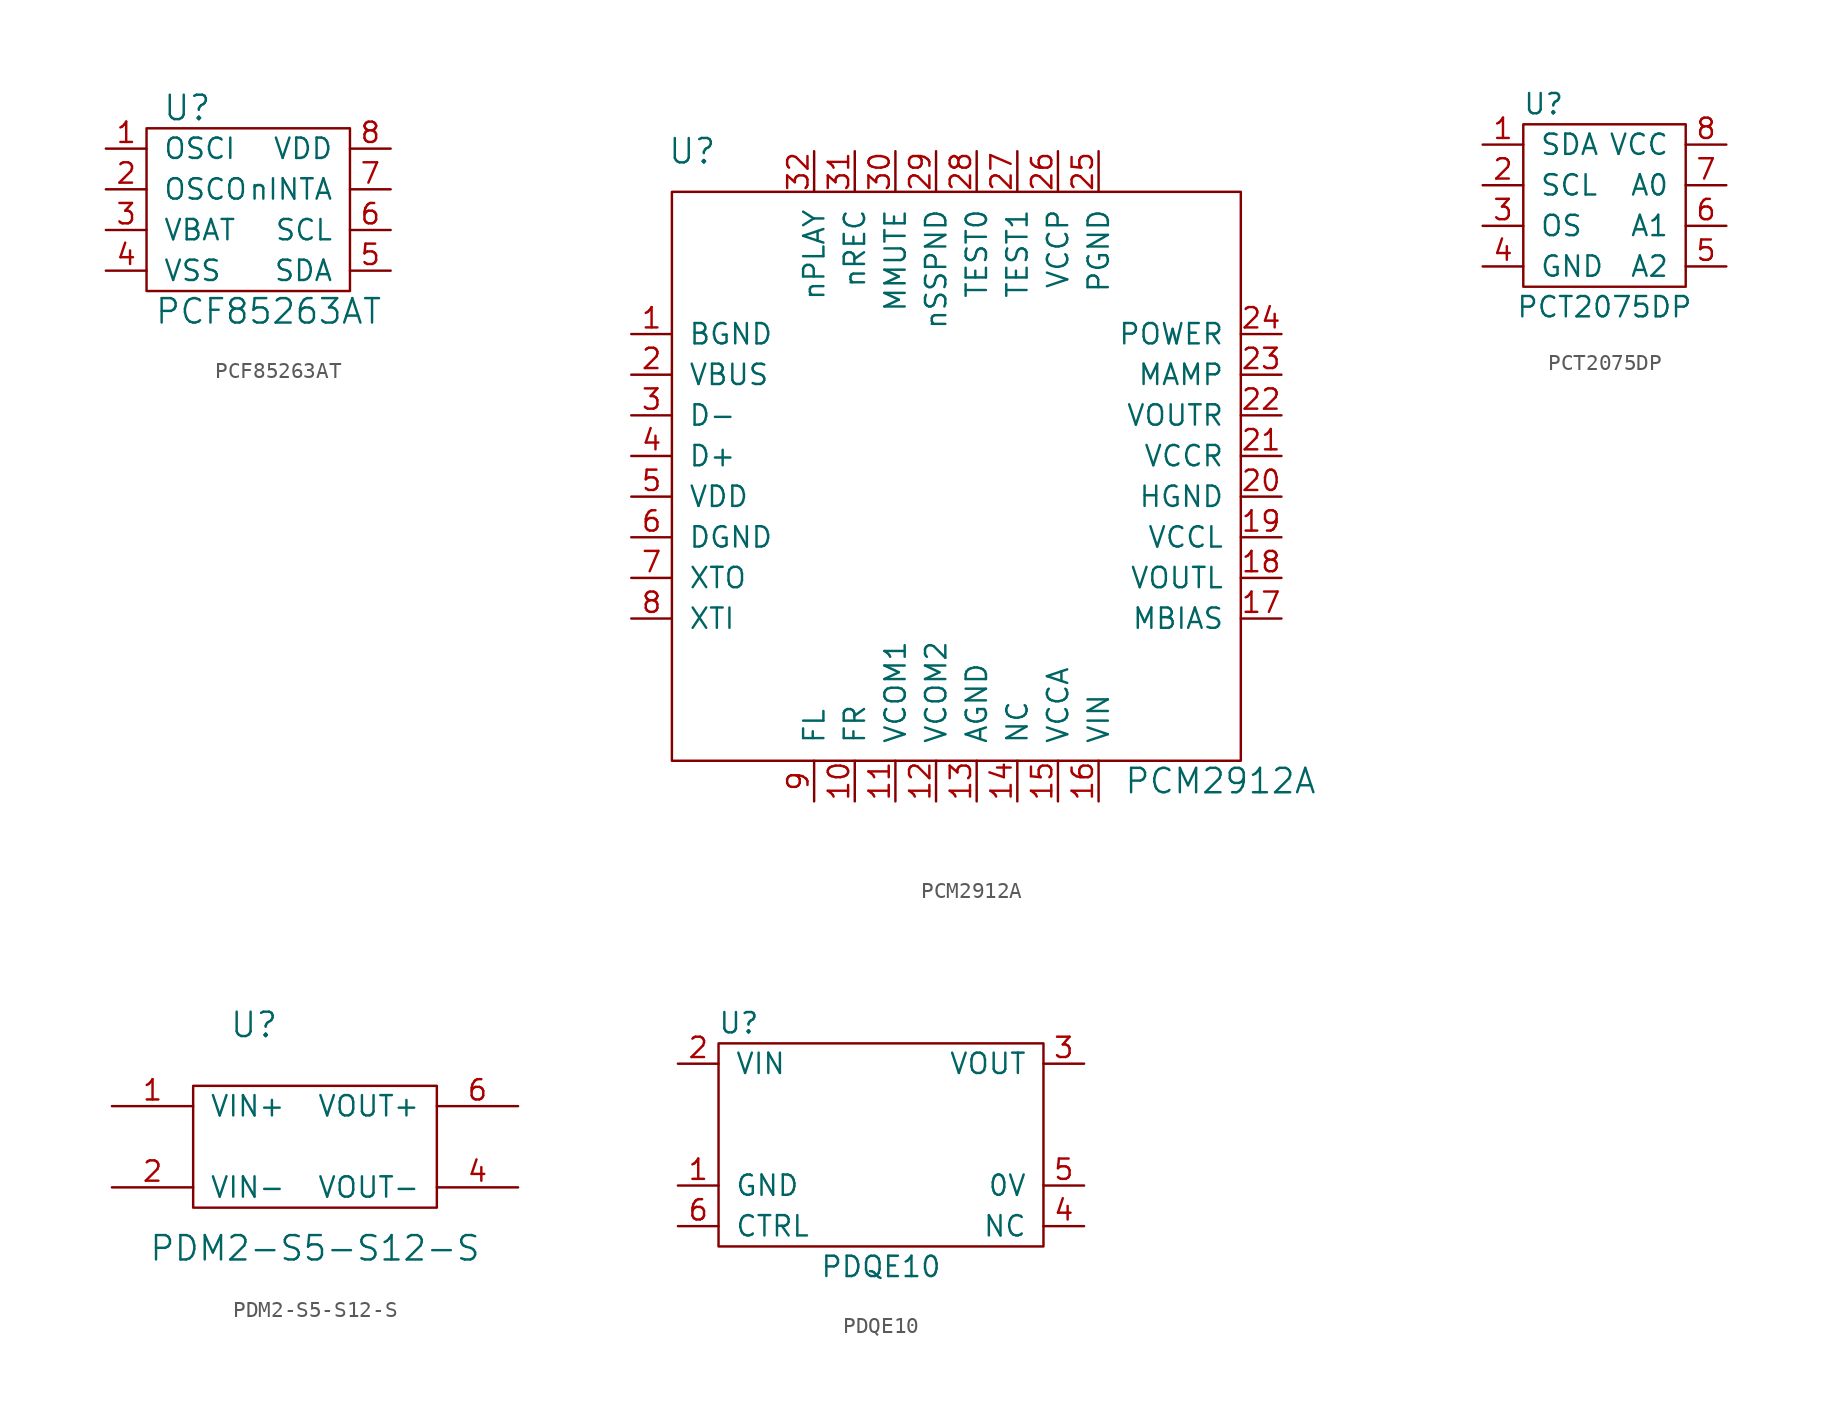
<source format=kicad_sym>
(kicad_symbol_lib
  (version 20211014)
  (generator kicad_symbol_editor)
  (symbol "PCF85263AT"
    (pin_names
      (offset 1.016))
    (property "Reference" "U"
      (at -3.81 6.35 0)
      (effects (font (size 1.524 1.524))))
    (property "Value" "PCF85263AT"
      (at 1.27 -6.35 0)
      (effects (font (size 1.524 1.524))))
    (property "Footprint" ""
      (at 12.7 -5.08 0)
      (effects (font (size 1.524 1.524))))
    (property "Datasheet" ""
      (at 12.7 -5.08 0)
      (effects (font (size 1.524 1.524))))
    (symbol "PCF85263AT_0_1"
      (rectangle (start -6.35 5.08) (end 6.35 -5.08) (stroke (width 0) (type default) (color 0 0 0 0)) (fill (type none))))
    (symbol "PCF85263AT_1_1"
      (pin passive line (at -8.89 3.81 0) (length 2.54) (name "OSCI" (effects (font (size 1.27 1.27)))) (number "1" (effects (font (size 1.27 1.27)))))
      (pin passive line (at -8.89 1.27 0) (length 2.54) (name "OSCO" (effects (font (size 1.27 1.27)))) (number "2" (effects (font (size 1.27 1.27)))))
      (pin passive line (at -8.89 -1.27 0) (length 2.54) (name "VBAT" (effects (font (size 1.27 1.27)))) (number "3" (effects (font (size 1.27 1.27)))))
      (pin passive line (at -8.89 -3.81 0) (length 2.54) (name "VSS" (effects (font (size 1.27 1.27)))) (number "4" (effects (font (size 1.27 1.27)))))
      (pin passive line (at 8.89 -3.81 180) (length 2.54) (name "SDA" (effects (font (size 1.27 1.27)))) (number "5" (effects (font (size 1.27 1.27)))))
      (pin passive line (at 8.89 -1.27 180) (length 2.54) (name "SCL" (effects (font (size 1.27 1.27)))) (number "6" (effects (font (size 1.27 1.27)))))
      (pin passive line (at 8.89 1.27 180) (length 2.54) (name "nINTA" (effects (font (size 1.27 1.27)))) (number "7" (effects (font (size 1.27 1.27)))))
      (pin passive line (at 8.89 3.81 180) (length 2.54) (name "VDD" (effects (font (size 1.27 1.27)))) (number "8" (effects (font (size 1.27 1.27)))))))
  (symbol "PCM2912A"
    (pin_names
      (offset 1.016))
    (property "Reference" "U"
      (at -16.51 20.32 0)
      (effects (font (size 1.524 1.524))))
    (property "Value" "PCM2912A"
      (at 16.51 -19.05 0)
      (effects (font (size 1.524 1.524))))
    (property "Footprint" ""
      (at 0 0 0)
      (effects (font (size 1.524 1.524))))
    (property "Datasheet" ""
      (at 0 0 0)
      (effects (font (size 1.524 1.524))))
    (symbol "PCM2912A_0_1"
      (rectangle (start 17.78 17.78) (end -17.78 -17.78) (stroke (width 0) (type default) (color 0 0 0 0)) (fill (type none))))
    (symbol "PCM2912A_1_1"
      (pin passive line (at -20.32 8.89 0) (length 2.54) (name "BGND" (effects (font (size 1.27 1.27)))) (number "1" (effects (font (size 1.27 1.27)))))
      (pin passive line (at -6.35 -20.32 90) (length 2.54) (name "FR" (effects (font (size 1.27 1.27)))) (number "10" (effects (font (size 1.27 1.27)))))
      (pin passive line (at -3.81 -20.32 90) (length 2.54) (name "VCOM1" (effects (font (size 1.27 1.27)))) (number "11" (effects (font (size 1.27 1.27)))))
      (pin passive line (at -1.27 -20.32 90) (length 2.54) (name "VCOM2" (effects (font (size 1.27 1.27)))) (number "12" (effects (font (size 1.27 1.27)))))
      (pin passive line (at 1.27 -20.32 90) (length 2.54) (name "AGND" (effects (font (size 1.27 1.27)))) (number "13" (effects (font (size 1.27 1.27)))))
      (pin passive line (at 3.81 -20.32 90) (length 2.54) (name "NC" (effects (font (size 1.27 1.27)))) (number "14" (effects (font (size 1.27 1.27)))))
      (pin passive line (at 6.35 -20.32 90) (length 2.54) (name "VCCA" (effects (font (size 1.27 1.27)))) (number "15" (effects (font (size 1.27 1.27)))))
      (pin passive line (at 8.89 -20.32 90) (length 2.54) (name "VIN" (effects (font (size 1.27 1.27)))) (number "16" (effects (font (size 1.27 1.27)))))
      (pin passive line (at 20.32 -8.89 180) (length 2.54) (name "MBIAS" (effects (font (size 1.27 1.27)))) (number "17" (effects (font (size 1.27 1.27)))))
      (pin passive line (at 20.32 -6.35 180) (length 2.54) (name "VOUTL" (effects (font (size 1.27 1.27)))) (number "18" (effects (font (size 1.27 1.27)))))
      (pin passive line (at 20.32 -3.81 180) (length 2.54) (name "VCCL" (effects (font (size 1.27 1.27)))) (number "19" (effects (font (size 1.27 1.27)))))
      (pin passive line (at -20.32 6.35 0) (length 2.54) (name "VBUS" (effects (font (size 1.27 1.27)))) (number "2" (effects (font (size 1.27 1.27)))))
      (pin passive line (at 20.32 -1.27 180) (length 2.54) (name "HGND" (effects (font (size 1.27 1.27)))) (number "20" (effects (font (size 1.27 1.27)))))
      (pin passive line (at 20.32 1.27 180) (length 2.54) (name "VCCR" (effects (font (size 1.27 1.27)))) (number "21" (effects (font (size 1.27 1.27)))))
      (pin passive line (at 20.32 3.81 180) (length 2.54) (name "VOUTR" (effects (font (size 1.27 1.27)))) (number "22" (effects (font (size 1.27 1.27)))))
      (pin passive line (at 20.32 6.35 180) (length 2.54) (name "MAMP" (effects (font (size 1.27 1.27)))) (number "23" (effects (font (size 1.27 1.27)))))
      (pin passive line (at 20.32 8.89 180) (length 2.54) (name "POWER" (effects (font (size 1.27 1.27)))) (number "24" (effects (font (size 1.27 1.27)))))
      (pin passive line (at 8.89 20.32 270) (length 2.54) (name "PGND" (effects (font (size 1.27 1.27)))) (number "25" (effects (font (size 1.27 1.27)))))
      (pin passive line (at 6.35 20.32 270) (length 2.54) (name "VCCP" (effects (font (size 1.27 1.27)))) (number "26" (effects (font (size 1.27 1.27)))))
      (pin passive line (at 3.81 20.32 270) (length 2.54) (name "TEST1" (effects (font (size 1.27 1.27)))) (number "27" (effects (font (size 1.27 1.27)))))
      (pin passive line (at 1.27 20.32 270) (length 2.54) (name "TEST0" (effects (font (size 1.27 1.27)))) (number "28" (effects (font (size 1.27 1.27)))))
      (pin passive line (at -1.27 20.32 270) (length 2.54) (name "nSSPND" (effects (font (size 1.27 1.27)))) (number "29" (effects (font (size 1.27 1.27)))))
      (pin passive line (at -20.32 3.81 0) (length 2.54) (name "D-" (effects (font (size 1.27 1.27)))) (number "3" (effects (font (size 1.27 1.27)))))
      (pin passive line (at -3.81 20.32 270) (length 2.54) (name "MMUTE" (effects (font (size 1.27 1.27)))) (number "30" (effects (font (size 1.27 1.27)))))
      (pin passive line (at -6.35 20.32 270) (length 2.54) (name "nREC" (effects (font (size 1.27 1.27)))) (number "31" (effects (font (size 1.27 1.27)))))
      (pin passive line (at -8.89 20.32 270) (length 2.54) (name "nPLAY" (effects (font (size 1.27 1.27)))) (number "32" (effects (font (size 1.27 1.27)))))
      (pin passive line (at -20.32 1.27 0) (length 2.54) (name "D+" (effects (font (size 1.27 1.27)))) (number "4" (effects (font (size 1.27 1.27)))))
      (pin passive line (at -20.32 -1.27 0) (length 2.54) (name "VDD" (effects (font (size 1.27 1.27)))) (number "5" (effects (font (size 1.27 1.27)))))
      (pin passive line (at -20.32 -3.81 0) (length 2.54) (name "DGND" (effects (font (size 1.27 1.27)))) (number "6" (effects (font (size 1.27 1.27)))))
      (pin passive line (at -20.32 -6.35 0) (length 2.54) (name "XTO" (effects (font (size 1.27 1.27)))) (number "7" (effects (font (size 1.27 1.27)))))
      (pin passive line (at -20.32 -8.89 0) (length 2.54) (name "XTI" (effects (font (size 1.27 1.27)))) (number "8" (effects (font (size 1.27 1.27)))))
      (pin passive line (at -8.89 -20.32 90) (length 2.54) (name "FL" (effects (font (size 1.27 1.27)))) (number "9" (effects (font (size 1.27 1.27)))))))
  (symbol "PCT2075DP"
    (pin_names
      (offset 1.016))
    (property "Reference" "U"
      (at -3.81 6.35 0)
      (effects (font (size 1.27 1.27))))
    (property "Value" "PCT2075DP"
      (at 0 -6.35 0)
      (effects (font (size 1.27 1.27))))
    (symbol "PCT2075DP_0_1"
      (rectangle (start -5.08 5.08) (end 5.08 -5.08) (stroke (width 0) (type default) (color 0 0 0 0)) (fill (type none))))
    (symbol "PCT2075DP_1_1"
      (pin passive line (at -7.62 3.81 0) (length 2.54) (name "SDA" (effects (font (size 1.27 1.27)))) (number "1" (effects (font (size 1.27 1.27)))))
      (pin passive line (at -7.62 1.27 0) (length 2.54) (name "SCL" (effects (font (size 1.27 1.27)))) (number "2" (effects (font (size 1.27 1.27)))))
      (pin passive line (at -7.62 -1.27 0) (length 2.54) (name "OS" (effects (font (size 1.27 1.27)))) (number "3" (effects (font (size 1.27 1.27)))))
      (pin passive line (at -7.62 -3.81 0) (length 2.54) (name "GND" (effects (font (size 1.27 1.27)))) (number "4" (effects (font (size 1.27 1.27)))))
      (pin passive line (at 7.62 -3.81 180) (length 2.54) (name "A2" (effects (font (size 1.27 1.27)))) (number "5" (effects (font (size 1.27 1.27)))))
      (pin passive line (at 7.62 -1.27 180) (length 2.54) (name "A1" (effects (font (size 1.27 1.27)))) (number "6" (effects (font (size 1.27 1.27)))))
      (pin passive line (at 7.62 1.27 180) (length 2.54) (name "A0" (effects (font (size 1.27 1.27)))) (number "7" (effects (font (size 1.27 1.27)))))
      (pin passive line (at 7.62 3.81 180) (length 2.54) (name "VCC" (effects (font (size 1.27 1.27)))) (number "8" (effects (font (size 1.27 1.27)))))))
  (symbol "PDM2-S5-S12-S"
    (pin_names
      (offset 1.016))
    (property "Reference" "U"
      (at -3.81 7.62 0)
      (effects (font (size 1.524 1.524))))
    (property "Value" "PDM2-S5-S12-S"
      (at 0 -6.35 0)
      (effects (font (size 1.524 1.524))))
    (property "Footprint" ""
      (at 0 0 0)
      (effects (font (size 1.524 1.524))))
    (property "Datasheet" ""
      (at 0 0 0)
      (effects (font (size 1.524 1.524))))
    (symbol "PDM2-S5-S12-S_0_1"
      (rectangle (start -7.62 3.81) (end 7.62 -3.81) (stroke (width 0) (type default) (color 0 0 0 0)) (fill (type none))))
    (symbol "PDM2-S5-S12-S_1_1"
      (pin input line (at -12.7 2.54 0) (length 5.08) (name "VIN+" (effects (font (size 1.27 1.27)))) (number "1" (effects (font (size 1.27 1.27)))))
      (pin input line (at -12.7 -2.54 0) (length 5.08) (name "VIN-" (effects (font (size 1.27 1.27)))) (number "2" (effects (font (size 1.27 1.27)))))
      (pin input line (at 12.7 -2.54 180) (length 5.08) (name "VOUT-" (effects (font (size 1.27 1.27)))) (number "4" (effects (font (size 1.27 1.27)))))
      (pin input line (at 12.7 2.54 180) (length 5.08) (name "VOUT+" (effects (font (size 1.27 1.27)))) (number "6" (effects (font (size 1.27 1.27)))))))
  (symbol "PDQE10"
    (pin_names
      (offset 1.016))
    (property "Reference" "U"
      (at -8.89 7.62 0)
      (effects (font (size 1.27 1.27))))
    (property "Value" "PDQE10"
      (at 0 -7.62 0)
      (effects (font (size 1.27 1.27))))
    (symbol "PDQE10_0_1"
      (rectangle (start -10.16 6.35) (end 10.16 -6.35) (stroke (width 0) (type default) (color 0 0 0 0)) (fill (type none))))
    (symbol "PDQE10_1_1"
      (pin passive line (at -12.7 -2.54 0) (length 2.54) (name "GND" (effects (font (size 1.27 1.27)))) (number "1" (effects (font (size 1.27 1.27)))))
      (pin passive line (at -12.7 5.08 0) (length 2.54) (name "VIN" (effects (font (size 1.27 1.27)))) (number "2" (effects (font (size 1.27 1.27)))))
      (pin passive line (at 12.7 5.08 180) (length 2.54) (name "VOUT" (effects (font (size 1.27 1.27)))) (number "3" (effects (font (size 1.27 1.27)))))
      (pin passive line (at 12.7 -5.08 180) (length 2.54) (name "NC" (effects (font (size 1.27 1.27)))) (number "4" (effects (font (size 1.27 1.27)))))
      (pin passive line (at 12.7 -2.54 180) (length 2.54) (name "0V" (effects (font (size 1.27 1.27)))) (number "5" (effects (font (size 1.27 1.27)))))
      (pin passive line (at -12.7 -5.08 0) (length 2.54) (name "CTRL" (effects (font (size 1.27 1.27)))) (number "6" (effects (font (size 1.27 1.27))))))))
</source>
